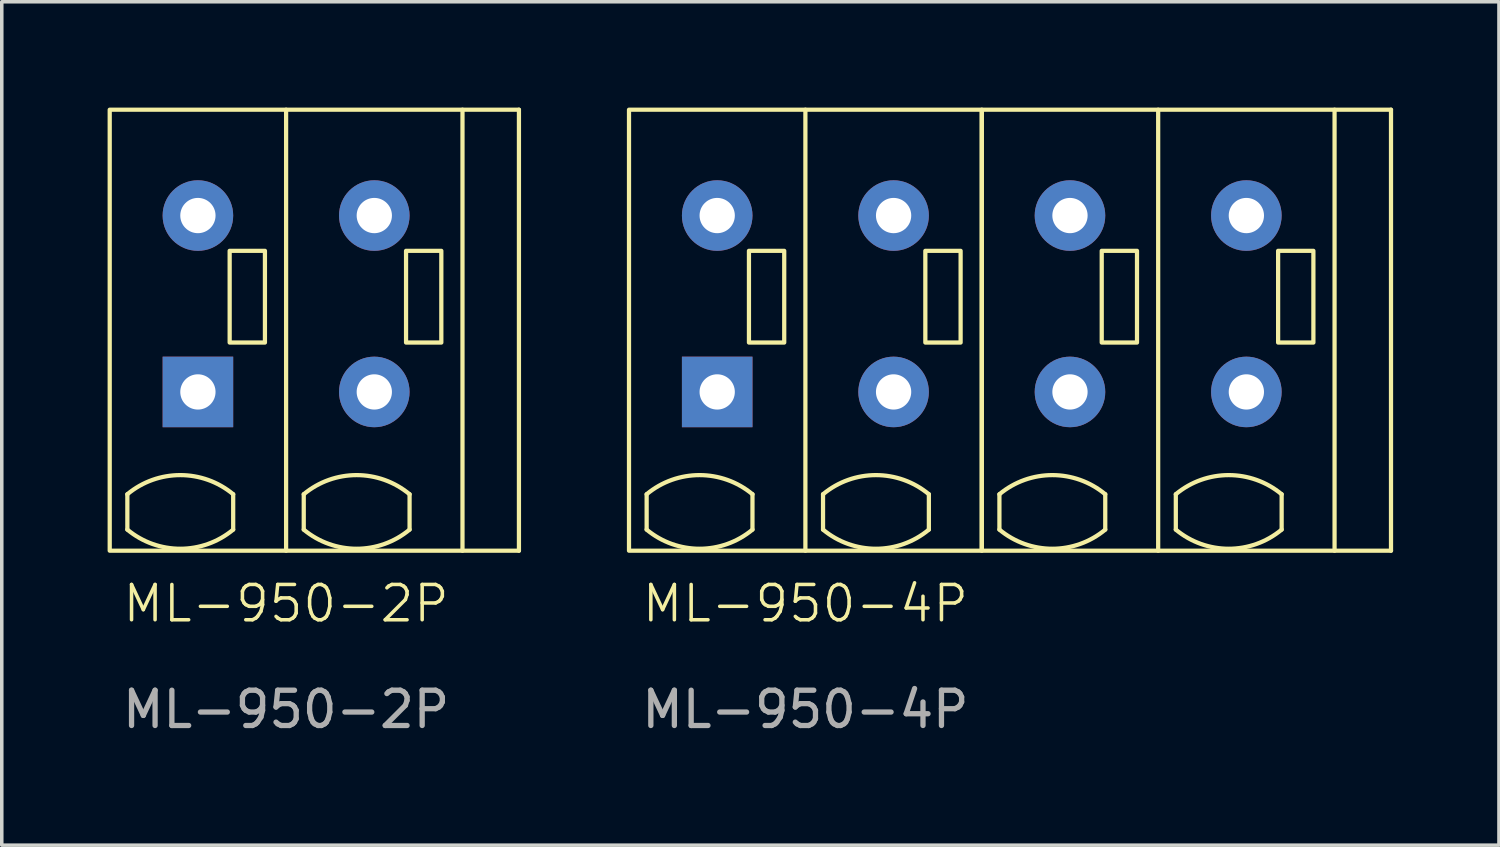
<source format=kicad_pcb>
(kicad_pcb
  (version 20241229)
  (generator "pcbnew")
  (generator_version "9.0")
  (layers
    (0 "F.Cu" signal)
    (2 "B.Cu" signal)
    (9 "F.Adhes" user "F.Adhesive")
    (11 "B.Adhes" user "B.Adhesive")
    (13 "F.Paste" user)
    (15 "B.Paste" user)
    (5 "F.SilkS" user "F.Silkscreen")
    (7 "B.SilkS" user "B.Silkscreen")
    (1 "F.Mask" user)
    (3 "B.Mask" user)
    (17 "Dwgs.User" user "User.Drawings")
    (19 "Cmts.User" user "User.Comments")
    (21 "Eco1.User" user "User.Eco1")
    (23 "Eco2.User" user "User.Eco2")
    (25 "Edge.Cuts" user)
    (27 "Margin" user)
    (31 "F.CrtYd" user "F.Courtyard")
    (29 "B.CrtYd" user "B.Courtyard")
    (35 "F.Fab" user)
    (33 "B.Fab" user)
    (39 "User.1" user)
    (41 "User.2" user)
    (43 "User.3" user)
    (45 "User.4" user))
  (footprint "ML-950-4P"
    (layer "F.Cu")
    (at 17.28 8.06)
    (property "Reference" "ML-950-4P" (at 2.5 6 0) (unlocked yes) (layer "F.SilkS") (effects (font (size 1 1) (thickness 0.1))))
    (attr through_hole)
    (fp_line (start -2 2.9) (end -2 3.9) (stroke (width 0.12) (type default)) (layer "F.SilkS"))
    (fp_line (start 1 3.9) (end 1 2.9) (stroke (width 0.12) (type default)) (layer "F.SilkS"))
    (fp_line (start 2.5 -8) (end 2.5 4.5) (stroke (width 0.12) (type default)) (layer "F.SilkS"))
    (fp_line (start 3 2.9) (end 3 3.9) (stroke (width 0.12) (type default)) (layer "F.SilkS"))
    (fp_line (start 6 3.9) (end 6 2.9) (stroke (width 0.12) (type default)) (layer "F.SilkS"))
    (fp_line (start 8 2.9) (end 8 3.9) (stroke (width 0.12) (type default)) (layer "F.SilkS"))
    (fp_line (start 11 3.9) (end 11 2.9) (stroke (width 0.12) (type default)) (layer "F.SilkS"))
    (fp_line (start 12.5 -8) (end 12.5 4.5) (stroke (width 0.12) (type default)) (layer "F.SilkS"))
    (fp_line (start 13 2.9) (end 13 3.9) (stroke (width 0.12) (type default)) (layer "F.SilkS"))
    (fp_line (start 16 3.9) (end 16 2.9) (stroke (width 0.12) (type default)) (layer "F.SilkS"))
    (fp_line (start 17.5 -8) (end 19.1 -8) (stroke (width 0.12) (type default)) (layer "F.SilkS"))
    (fp_line (start 19.1 -8) (end 19.1 4.5) (stroke (width 0.12) (type default)) (layer "F.SilkS"))
    (fp_line (start 19.1 4.5) (end 17.5 4.5) (stroke (width 0.12) (type default)) (layer "F.SilkS"))
    (fp_rect (start -2.5 -8) (end 7.5 4.5) (stroke (width 0.12) (type default)) (fill no) (layer "F.SilkS"))
    (fp_rect (start 0.9 -4) (end 1.9 -1.4) (stroke (width 0.12) (type default)) (fill no) (layer "F.SilkS"))
    (fp_rect (start 5.9 -4) (end 6.9 -1.4) (stroke (width 0.12) (type default)) (fill no) (layer "F.SilkS"))
    (fp_rect (start 7.5 -8) (end 17.5 4.5) (stroke (width 0.12) (type default)) (fill no) (layer "F.SilkS"))
    (fp_rect (start 10.9 -4) (end 11.9 -1.4) (stroke (width 0.12) (type default)) (fill no) (layer "F.SilkS"))
    (fp_rect (start 15.9 -4) (end 16.9 -1.4) (stroke (width 0.12) (type default)) (fill no) (layer "F.SilkS"))
    (fp_arc (start -1.999999 2.9) (mid -0.5 2.357569) (end 0.999998 2.900001) (stroke (width 0.12) (type default)) (layer "F.SilkS"))
    (fp_arc (start 0.999999 3.902774) (mid -0.499999 4.445206) (end -1.999998 3.902775) (stroke (width 0.12) (type default)) (layer "F.SilkS"))
    (fp_arc (start 3.000001 2.9) (mid 4.499999 2.357571) (end 5.999998 2.900001) (stroke (width 0.12) (type default)) (layer "F.SilkS"))
    (fp_arc (start 5.999999 3.902774) (mid 4.5 4.445207) (end 3.000002 3.902775) (stroke (width 0.12) (type default)) (layer "F.SilkS"))
    (fp_arc (start 8.000001 2.9) (mid 9.5 2.357569) (end 10.999998 2.900001) (stroke (width 0.12) (type default)) (layer "F.SilkS"))
    (fp_arc (start 10.999999 3.902774) (mid 9.500001 4.445206) (end 8.000002 3.902775) (stroke (width 0.12) (type default)) (layer "F.SilkS"))
    (fp_arc (start 13.000001 2.9) (mid 14.5 2.357569) (end 15.999998 2.900001) (stroke (width 0.12) (type default)) (layer "F.SilkS"))
    (fp_arc (start 15.999999 3.902774) (mid 14.500001 4.445206) (end 13.000002 3.902775) (stroke (width 0.12) (type default)) (layer "F.SilkS"))
    (fp_text user "${REFERENCE}" (at 2.5 9 0) (unlocked yes) (layer "F.Fab") (effects (font (size 1 1) (thickness 0.15))))
    (pad "1" thru_hole circle (at 0 -5) (size 2 2) (drill 1) (layers "*.Cu" "*.Mask"))
    (pad "1" thru_hole rect (at 0 0) (size 2 2) (drill 1) (layers "*.Cu" "*.Mask"))
    (pad "2" thru_hole circle (at 5 -5) (size 2 2) (drill 1) (layers "*.Cu" "*.Mask"))
    (pad "2" thru_hole circle (at 5 0) (size 2 2) (drill 1) (layers "*.Cu" "*.Mask"))
    (pad "3" thru_hole circle (at 10 -5) (size 2 2) (drill 1) (layers "*.Cu" "*.Mask"))
    (pad "3" thru_hole circle (at 10 0) (size 2 2) (drill 1) (layers "*.Cu" "*.Mask"))
    (pad "4" thru_hole circle (at 15 -5) (size 2 2) (drill 1) (layers "*.Cu" "*.Mask"))
    (pad "4" thru_hole circle (at 15 0) (size 2 2) (drill 1) (layers "*.Cu" "*.Mask")))
  (footprint "ML-950-2P"
    (layer "F.Cu")
    (at 2.56 8.06)
    (property "Reference" "ML-950-2P" (at 2.5 6 0) (unlocked yes) (layer "F.SilkS") (effects (font (size 1 1) (thickness 0.1))))
    (attr through_hole)
    (fp_line (start -2 2.9) (end -2 3.9) (stroke (width 0.12) (type default)) (layer "F.SilkS"))
    (fp_line (start 1 3.9) (end 1 2.9) (stroke (width 0.12) (type default)) (layer "F.SilkS"))
    (fp_line (start 2.5 -8) (end 2.5 4.5) (stroke (width 0.12) (type default)) (layer "F.SilkS"))
    (fp_line (start 3 2.9) (end 3 3.9) (stroke (width 0.12) (type default)) (layer "F.SilkS"))
    (fp_line (start 6 3.9) (end 6 2.9) (stroke (width 0.12) (type default)) (layer "F.SilkS"))
    (fp_line (start 7.5 -8) (end 9.1 -8) (stroke (width 0.12) (type default)) (layer "F.SilkS"))
    (fp_line (start 9.1 -8) (end 9.1 4.5) (stroke (width 0.12) (type default)) (layer "F.SilkS"))
    (fp_line (start 9.1 4.5) (end 7.5 4.5) (stroke (width 0.12) (type default)) (layer "F.SilkS"))
    (fp_rect (start -2.5 -8) (end 7.5 4.5) (stroke (width 0.12) (type default)) (fill no) (layer "F.SilkS"))
    (fp_rect (start 0.9 -4) (end 1.9 -1.4) (stroke (width 0.12) (type default)) (fill no) (layer "F.SilkS"))
    (fp_rect (start 5.9 -4) (end 6.9 -1.4) (stroke (width 0.12) (type default)) (fill no) (layer "F.SilkS"))
    (fp_arc (start -1.999999 2.9) (mid -0.5 2.357569) (end 0.999998 2.900001) (stroke (width 0.12) (type default)) (layer "F.SilkS"))
    (fp_arc (start 0.999999 3.902774) (mid -0.499999 4.445206) (end -1.999998 3.902775) (stroke (width 0.12) (type default)) (layer "F.SilkS"))
    (fp_arc (start 3.000001 2.9) (mid 4.499999 2.357571) (end 5.999998 2.900001) (stroke (width 0.12) (type default)) (layer "F.SilkS"))
    (fp_arc (start 5.999999 3.902774) (mid 4.5 4.445207) (end 3.000002 3.902775) (stroke (width 0.12) (type default)) (layer "F.SilkS"))
    (fp_text user "${REFERENCE}" (at 2.5 9 0) (unlocked yes) (layer "F.Fab") (effects (font (size 1 1) (thickness 0.15))))
    (pad "1" thru_hole circle (at 0 -5) (size 2 2) (drill 1) (layers "*.Cu" "*.Mask"))
    (pad "1" thru_hole rect (at 0 0) (size 2 2) (drill 1) (layers "*.Cu" "*.Mask"))
    (pad "2" thru_hole circle (at 5 -5) (size 2 2) (drill 1) (layers "*.Cu" "*.Mask"))
    (pad "2" thru_hole circle (at 5 0) (size 2 2) (drill 1) (layers "*.Cu" "*.Mask")))
  (gr_rect
    (start -3 -3)
    (end 39.44 20.908)
    (stroke (width 0.1) (type default))
    (fill no)
    (layer "Edge.Cuts")))
</source>
